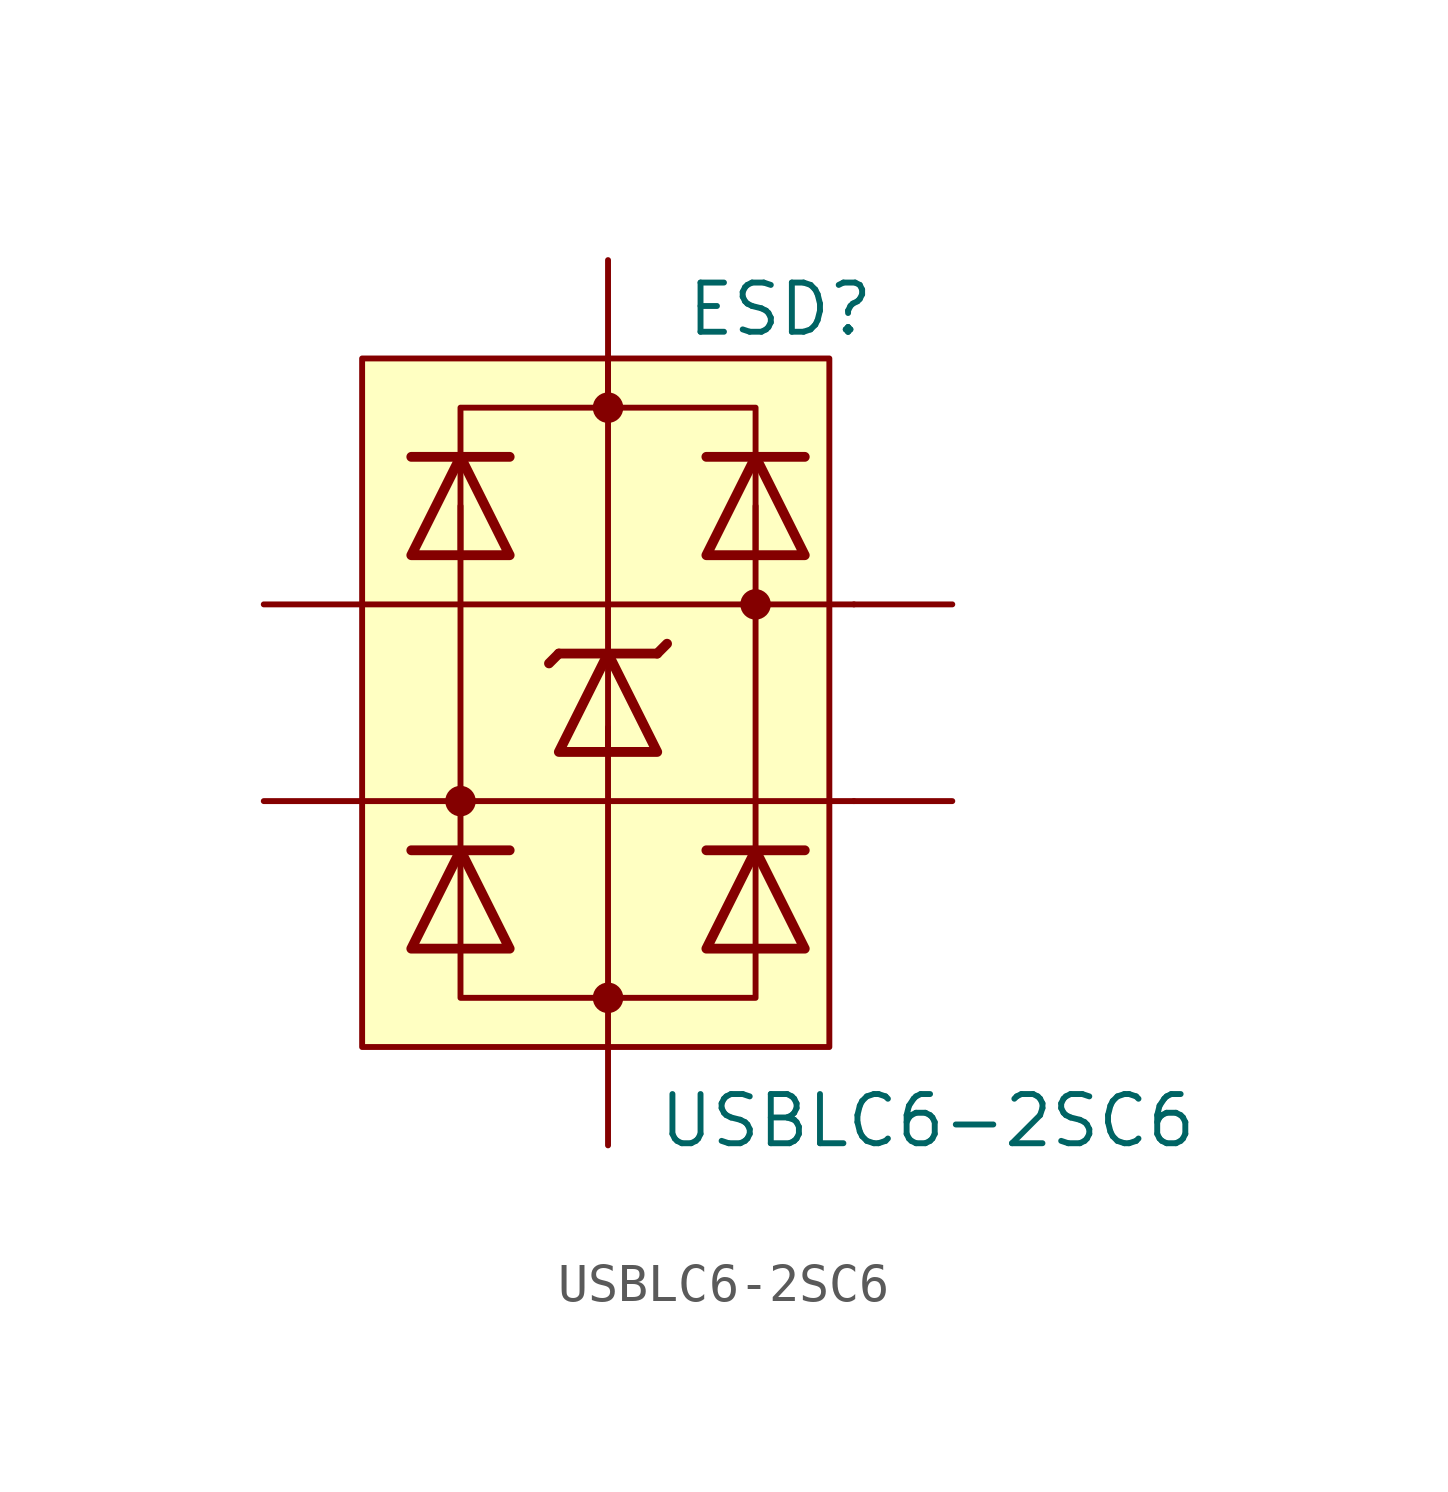
<source format=kicad_sym>
(kicad_symbol_lib
  (version 20231120)
  (generator "kicad_symbol_editor")
  (generator_version "8.0")
  (symbol "USBLC6-2SC6"
    (pin_numbers hide)
    (pin_names
      (offset 0) hide)
    (property "Reference" "ESD"
      (at 4.445 10.16 0)
      (effects (font (size 1.27 1.27))))
    (property "Value" "USBLC6-2SC6"
      (at 8.255 -10.795 0)
      (effects (font (size 1.27 1.27))))
    (symbol "USBLC6-2SC6_0_0"
      (polyline (pts (xy -3.81 -3.81) (xy -3.81 -6.35)) (stroke (width 0.152) (type default)) (fill (type none)))
      (polyline (pts (xy -3.81 6.35) (xy -3.81 3.81)) (stroke (width 0.152) (type default)) (fill (type none)))
      (polyline (pts (xy 0 1.27) (xy 0 -1.27)) (stroke (width 0.152) (type default)) (fill (type none)))
      (polyline (pts (xy 3.81 -3.81) (xy 3.81 -6.35)) (stroke (width 0.152) (type default)) (fill (type none)))
      (polyline (pts (xy 3.81 6.35) (xy 3.81 3.81)) (stroke (width 0.152) (type default)) (fill (type none))))
    (symbol "USBLC6-2SC6_0_1"
      (polyline (pts (xy -6.35 2.54) (xy 6.35 2.54)) (stroke (width 0) (type default)) (fill (type none)))
      (polyline (pts (xy -5.08 -3.81) (xy -2.54 -3.81)) (stroke (width 0.254) (type default)) (fill (type none)))
      (polyline (pts (xy -5.08 6.35) (xy -2.54 6.35)) (stroke (width 0.254) (type default)) (fill (type none)))
      (polyline (pts (xy -3.81 -2.54) (xy -3.81 -2.54)) (stroke (width 0) (type default)) (fill (type none)))
      (polyline (pts (xy -3.81 5.08) (xy -3.81 -3.81)) (stroke (width 0) (type default)) (fill (type none)))
      (polyline (pts (xy -1.27 1.27) (xy -1.524 1.016)) (stroke (width 0.254) (type default)) (fill (type none)))
      (polyline (pts (xy -1.27 1.27) (xy 1.27 1.27)) (stroke (width 0.254) (type default)) (fill (type none)))
      (polyline (pts (xy 0 -7.62) (xy 0 -8.89)) (stroke (width 0) (type default)) (fill (type none)))
      (polyline (pts (xy 0 -7.62) (xy 0 -0.635)) (stroke (width 0) (type default)) (fill (type none)))
      (polyline (pts (xy 0 1.27) (xy 0 8.89)) (stroke (width 0) (type default)) (fill (type none)))
      (polyline (pts (xy 0 7.62) (xy 0 8.89)) (stroke (width 0) (type default)) (fill (type none)))
      (polyline (pts (xy 1.524 1.524) (xy 1.27 1.27)) (stroke (width 0.254) (type default)) (fill (type none)))
      (polyline (pts (xy 2.54 -3.81) (xy 5.08 -3.81)) (stroke (width 0.254) (type default)) (fill (type none)))
      (polyline (pts (xy 2.54 6.35) (xy 5.08 6.35)) (stroke (width 0.254) (type default)) (fill (type none)))
      (polyline (pts (xy 3.81 5.08) (xy 3.81 -3.81)) (stroke (width 0) (type default)) (fill (type none)))
      (polyline (pts (xy 6.35 -2.54) (xy -6.35 -2.54)) (stroke (width 0) (type default)) (fill (type none)))
      (polyline (pts (xy -5.08 -6.35) (xy -2.54 -6.35) (xy -3.81 -3.81) (xy -5.08 -6.35)) (stroke (width 0.254) (type default)) (fill (type none)))
      (polyline (pts (xy -5.08 3.81) (xy -2.54 3.81) (xy -3.81 6.35) (xy -5.08 3.81)) (stroke (width 0.254) (type default)) (fill (type none)))
      (polyline (pts (xy -3.81 -6.35) (xy -3.81 -7.62) (xy 3.81 -7.62) (xy 3.81 -6.35)) (stroke (width 0) (type default)) (fill (type none)))
      (polyline (pts (xy -3.81 6.35) (xy -3.81 7.62) (xy 3.81 7.62) (xy 3.81 6.35)) (stroke (width 0) (type default)) (fill (type none)))
      (polyline (pts (xy -1.27 -1.27) (xy 1.27 -1.27) (xy 0 1.27) (xy -1.27 -1.27)) (stroke (width 0.254) (type default)) (fill (type none)))
      (polyline (pts (xy 2.54 -6.35) (xy 5.08 -6.35) (xy 3.81 -3.81) (xy 2.54 -6.35)) (stroke (width 0.254) (type default)) (fill (type none)))
      (polyline (pts (xy 2.54 3.81) (xy 5.08 3.81) (xy 3.81 6.35) (xy 2.54 3.81)) (stroke (width 0.254) (type default)) (fill (type none))))
    (symbol "USBLC6-2SC6_1_1"
      (rectangle (start -6.35 8.89) (end 5.715 -8.89) (stroke (width 0) (type default)) (fill (type background)))
      (circle (center -3.81 -2.54) (radius 0.318) (stroke (width 0) (type default)) (fill (type outline)))
      (circle (center 0 -7.62) (radius 0.318) (stroke (width 0) (type default)) (fill (type outline)))
      (circle (center 0 7.62) (radius 0.318) (stroke (width 0) (type default)) (fill (type outline)))
      (circle (center 3.81 2.54) (radius 0.318) (stroke (width 0) (type default)) (fill (type outline)))
      (pin passive line (at -8.89 2.54 0) (length 2.54) (name "IO1" (effects (font (size 1.27 1.27)))) (number "1" (effects (font (size 1.27 1.27)))))
      (pin passive line (at 0 -11.43 90) (length 2.54) (name "GND" (effects (font (size 1.27 1.27)))) (number "2" (effects (font (size 1.27 1.27)))))
      (pin passive line (at -8.89 -2.54 0) (length 2.54) (name "IO2" (effects (font (size 1.27 1.27)))) (number "3" (effects (font (size 1.27 1.27)))))
      (pin passive line (at 8.89 -2.54 180) (length 2.54) (name "IO2" (effects (font (size 1.27 1.27)))) (number "4" (effects (font (size 1.27 1.27)))))
      (pin passive line (at 0 11.43 270) (length 2.54) (name "VBUS" (effects (font (size 1.27 1.27)))) (number "5" (effects (font (size 1.27 1.27)))))
      (pin passive line (at 8.89 2.54 180) (length 2.54) (name "IO1" (effects (font (size 1.27 1.27)))) (number "6" (effects (font (size 1.27 1.27))))))))
</source>
